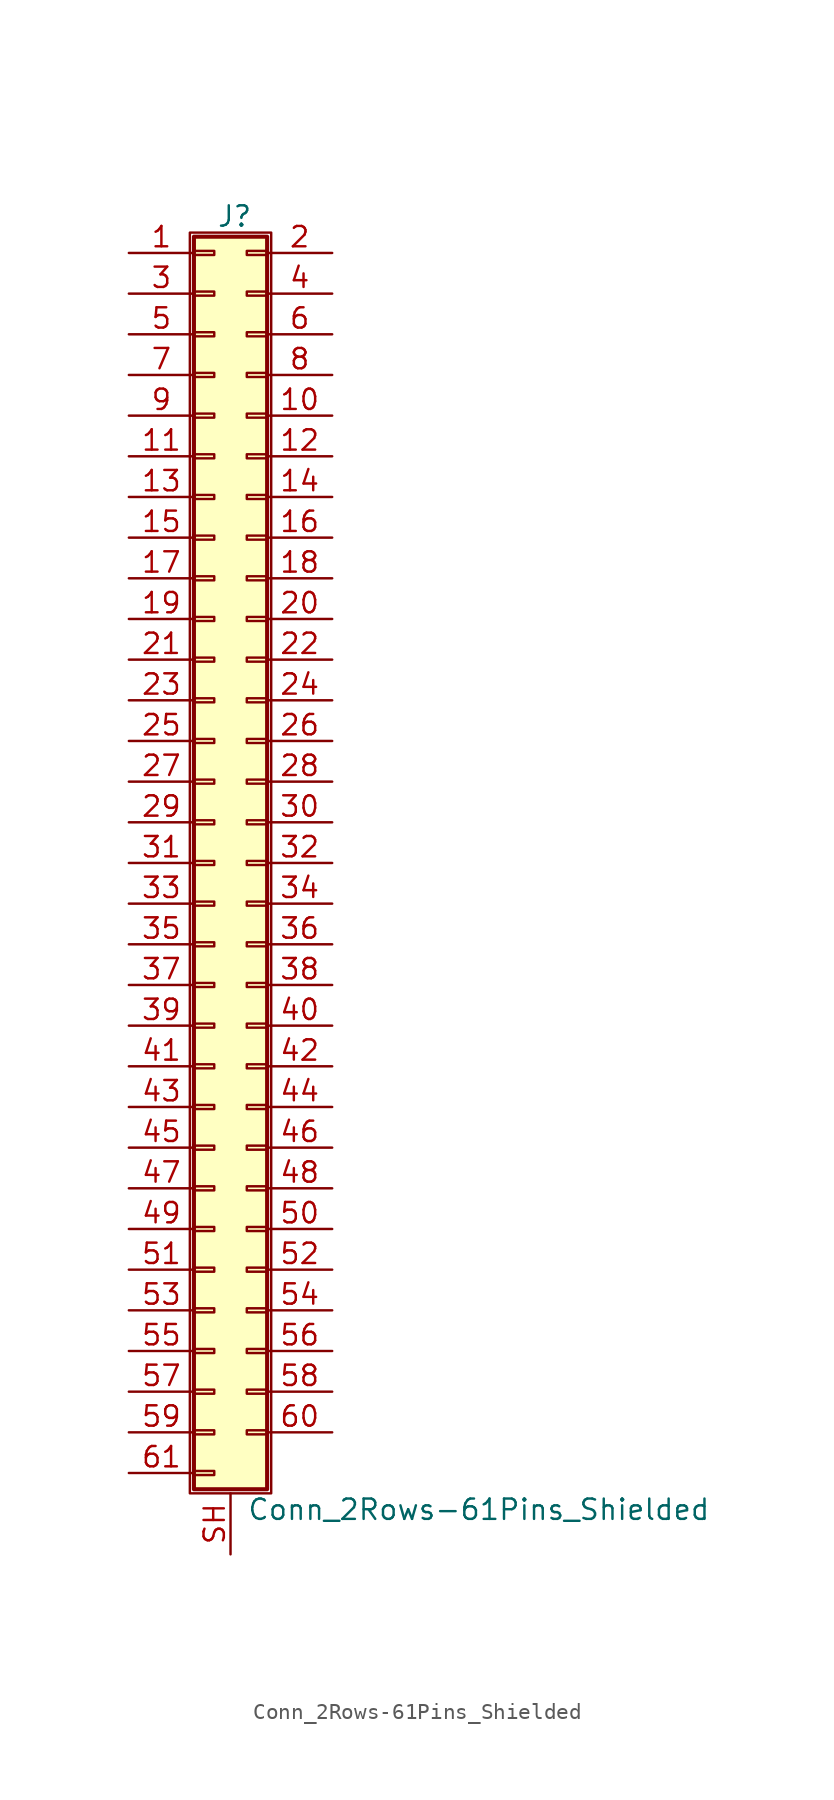
<source format=kicad_sym>
(kicad_symbol_lib
  (version 20201005)
  (generator kicad_symbol_editor)
  (symbol "Conn_2Rows-61Pins_Shielded"
    (pin_names
      (offset 1.016) hide)
    (property "Reference" "J"
      (at 1.524 40.386 0)
      (effects (font (size 1.27 1.27))))
    (property "Value" "Conn_2Rows-61Pins_Shielded"
      (at 2.286 -40.386 0)
      (effects (font (size 1.27 1.27)) (justify left)))
    (symbol "Conn_2Rows-61Pins_Shielded_1_1"
      (rectangle (start -1.27 39.37) (end 3.81 -39.37) (stroke (width 0.152)) (fill (type none)))
      (rectangle (start -1.016 -37.973) (end 0.254 -38.227) (stroke (width 0.152)) (fill (type none)))
      (rectangle (start -1.016 -35.433) (end 0.254 -35.687) (stroke (width 0.152)) (fill (type none)))
      (rectangle (start -1.016 -32.893) (end 0.254 -33.147) (stroke (width 0.152)) (fill (type none)))
      (rectangle (start -1.016 -30.353) (end 0.254 -30.607) (stroke (width 0.152)) (fill (type none)))
      (rectangle (start -1.016 -27.813) (end 0.254 -28.067) (stroke (width 0.152)) (fill (type none)))
      (rectangle (start -1.016 -25.273) (end 0.254 -25.527) (stroke (width 0.152)) (fill (type none)))
      (rectangle (start -1.016 -22.733) (end 0.254 -22.987) (stroke (width 0.152)) (fill (type none)))
      (rectangle (start -1.016 -20.193) (end 0.254 -20.447) (stroke (width 0.152)) (fill (type none)))
      (rectangle (start -1.016 -17.653) (end 0.254 -17.907) (stroke (width 0.152)) (fill (type none)))
      (rectangle (start -1.016 -15.113) (end 0.254 -15.367) (stroke (width 0.152)) (fill (type none)))
      (rectangle (start -1.016 -12.573) (end 0.254 -12.827) (stroke (width 0.152)) (fill (type none)))
      (rectangle (start -1.016 -10.033) (end 0.254 -10.287) (stroke (width 0.152)) (fill (type none)))
      (rectangle (start -1.016 -7.493) (end 0.254 -7.747) (stroke (width 0.152)) (fill (type none)))
      (rectangle (start -1.016 -4.953) (end 0.254 -5.207) (stroke (width 0.152)) (fill (type none)))
      (rectangle (start -1.016 -2.413) (end 0.254 -2.667) (stroke (width 0.152)) (fill (type none)))
      (rectangle (start -1.016 0.127) (end 0.254 -0.127) (stroke (width 0.152)) (fill (type none)))
      (rectangle (start -1.016 2.667) (end 0.254 2.413) (stroke (width 0.152)) (fill (type none)))
      (rectangle (start -1.016 5.207) (end 0.254 4.953) (stroke (width 0.152)) (fill (type none)))
      (rectangle (start -1.016 7.747) (end 0.254 7.493) (stroke (width 0.152)) (fill (type none)))
      (rectangle (start -1.016 10.287) (end 0.254 10.033) (stroke (width 0.152)) (fill (type none)))
      (rectangle (start -1.016 12.827) (end 0.254 12.573) (stroke (width 0.152)) (fill (type none)))
      (rectangle (start -1.016 15.367) (end 0.254 15.113) (stroke (width 0.152)) (fill (type none)))
      (rectangle (start -1.016 17.907) (end 0.254 17.653) (stroke (width 0.152)) (fill (type none)))
      (rectangle (start -1.016 20.447) (end 0.254 20.193) (stroke (width 0.152)) (fill (type none)))
      (rectangle (start -1.016 22.987) (end 0.254 22.733) (stroke (width 0.152)) (fill (type none)))
      (rectangle (start -1.016 25.527) (end 0.254 25.273) (stroke (width 0.152)) (fill (type none)))
      (rectangle (start -1.016 28.067) (end 0.254 27.813) (stroke (width 0.152)) (fill (type none)))
      (rectangle (start -1.016 30.607) (end 0.254 30.353) (stroke (width 0.152)) (fill (type none)))
      (rectangle (start -1.016 33.147) (end 0.254 32.893) (stroke (width 0.152)) (fill (type none)))
      (rectangle (start -1.016 35.687) (end 0.254 35.433) (stroke (width 0.152)) (fill (type none)))
      (rectangle (start -1.016 38.227) (end 0.254 37.973) (stroke (width 0.152)) (fill (type none)))
      (rectangle (start 3.556 -35.433) (end 2.286 -35.687) (stroke (width 0.152)) (fill (type none)))
      (rectangle (start 3.556 -32.893) (end 2.286 -33.147) (stroke (width 0.152)) (fill (type none)))
      (rectangle (start 3.556 -30.353) (end 2.286 -30.607) (stroke (width 0.152)) (fill (type none)))
      (rectangle (start 3.556 -27.813) (end 2.286 -28.067) (stroke (width 0.152)) (fill (type none)))
      (rectangle (start 3.556 -25.273) (end 2.286 -25.527) (stroke (width 0.152)) (fill (type none)))
      (rectangle (start 3.556 -22.733) (end 2.286 -22.987) (stroke (width 0.152)) (fill (type none)))
      (rectangle (start 3.556 -20.193) (end 2.286 -20.447) (stroke (width 0.152)) (fill (type none)))
      (rectangle (start 3.556 -17.653) (end 2.286 -17.907) (stroke (width 0.152)) (fill (type none)))
      (rectangle (start 3.556 -15.113) (end 2.286 -15.367) (stroke (width 0.152)) (fill (type none)))
      (rectangle (start 3.556 -12.573) (end 2.286 -12.827) (stroke (width 0.152)) (fill (type none)))
      (rectangle (start 3.556 -10.033) (end 2.286 -10.287) (stroke (width 0.152)) (fill (type none)))
      (rectangle (start 3.556 -7.493) (end 2.286 -7.747) (stroke (width 0.152)) (fill (type none)))
      (rectangle (start 3.556 -4.953) (end 2.286 -5.207) (stroke (width 0.152)) (fill (type none)))
      (rectangle (start 3.556 -2.413) (end 2.286 -2.667) (stroke (width 0.152)) (fill (type none)))
      (rectangle (start 3.556 0.127) (end 2.286 -0.127) (stroke (width 0.152)) (fill (type none)))
      (rectangle (start 3.556 2.667) (end 2.286 2.413) (stroke (width 0.152)) (fill (type none)))
      (rectangle (start 3.556 5.207) (end 2.286 4.953) (stroke (width 0.152)) (fill (type none)))
      (rectangle (start 3.556 7.747) (end 2.286 7.493) (stroke (width 0.152)) (fill (type none)))
      (rectangle (start 3.556 10.287) (end 2.286 10.033) (stroke (width 0.152)) (fill (type none)))
      (rectangle (start 3.556 12.827) (end 2.286 12.573) (stroke (width 0.152)) (fill (type none)))
      (rectangle (start 3.556 15.367) (end 2.286 15.113) (stroke (width 0.152)) (fill (type none)))
      (rectangle (start 3.556 17.907) (end 2.286 17.653) (stroke (width 0.152)) (fill (type none)))
      (rectangle (start 3.556 20.447) (end 2.286 20.193) (stroke (width 0.152)) (fill (type none)))
      (rectangle (start 3.556 22.987) (end 2.286 22.733) (stroke (width 0.152)) (fill (type none)))
      (rectangle (start 3.556 25.527) (end 2.286 25.273) (stroke (width 0.152)) (fill (type none)))
      (rectangle (start 3.556 28.067) (end 2.286 27.813) (stroke (width 0.152)) (fill (type none)))
      (rectangle (start 3.556 30.607) (end 2.286 30.353) (stroke (width 0.152)) (fill (type none)))
      (rectangle (start 3.556 33.147) (end 2.286 32.893) (stroke (width 0.152)) (fill (type none)))
      (rectangle (start 3.556 35.687) (end 2.286 35.433) (stroke (width 0.152)) (fill (type none)))
      (rectangle (start 3.556 38.227) (end 2.286 37.973) (stroke (width 0.152)) (fill (type none)))
      (rectangle (start -1.016 39.116) (end 3.556 -39.116) (stroke (width 0.254)) (fill (type background)))
      (pin passive line (at -5.08 38.1 0) (length 4.064) (name "Pin_1" (effects (font (size 1.27 1.27)))) (number "1" (effects (font (size 1.27 1.27)))))
      (pin passive line (at 7.62 27.94 180) (length 4.064) (name "Pin_10" (effects (font (size 1.27 1.27)))) (number "10" (effects (font (size 1.27 1.27)))))
      (pin passive line (at -5.08 25.4 0) (length 4.064) (name "Pin_11" (effects (font (size 1.27 1.27)))) (number "11" (effects (font (size 1.27 1.27)))))
      (pin passive line (at 7.62 25.4 180) (length 4.064) (name "Pin_12" (effects (font (size 1.27 1.27)))) (number "12" (effects (font (size 1.27 1.27)))))
      (pin passive line (at -5.08 22.86 0) (length 4.064) (name "Pin_13" (effects (font (size 1.27 1.27)))) (number "13" (effects (font (size 1.27 1.27)))))
      (pin passive line (at 7.62 22.86 180) (length 4.064) (name "Pin_14" (effects (font (size 1.27 1.27)))) (number "14" (effects (font (size 1.27 1.27)))))
      (pin passive line (at -5.08 20.32 0) (length 4.064) (name "Pin_15" (effects (font (size 1.27 1.27)))) (number "15" (effects (font (size 1.27 1.27)))))
      (pin passive line (at 7.62 20.32 180) (length 4.064) (name "Pin_16" (effects (font (size 1.27 1.27)))) (number "16" (effects (font (size 1.27 1.27)))))
      (pin passive line (at -5.08 17.78 0) (length 4.064) (name "Pin_17" (effects (font (size 1.27 1.27)))) (number "17" (effects (font (size 1.27 1.27)))))
      (pin passive line (at 7.62 17.78 180) (length 4.064) (name "Pin_18" (effects (font (size 1.27 1.27)))) (number "18" (effects (font (size 1.27 1.27)))))
      (pin passive line (at -5.08 15.24 0) (length 4.064) (name "Pin_19" (effects (font (size 1.27 1.27)))) (number "19" (effects (font (size 1.27 1.27)))))
      (pin passive line (at 7.62 38.1 180) (length 4.064) (name "Pin_2" (effects (font (size 1.27 1.27)))) (number "2" (effects (font (size 1.27 1.27)))))
      (pin passive line (at 7.62 15.24 180) (length 4.064) (name "Pin_20" (effects (font (size 1.27 1.27)))) (number "20" (effects (font (size 1.27 1.27)))))
      (pin passive line (at -5.08 12.7 0) (length 4.064) (name "Pin_21" (effects (font (size 1.27 1.27)))) (number "21" (effects (font (size 1.27 1.27)))))
      (pin passive line (at 7.62 12.7 180) (length 4.064) (name "Pin_22" (effects (font (size 1.27 1.27)))) (number "22" (effects (font (size 1.27 1.27)))))
      (pin passive line (at -5.08 10.16 0) (length 4.064) (name "Pin_23" (effects (font (size 1.27 1.27)))) (number "23" (effects (font (size 1.27 1.27)))))
      (pin passive line (at 7.62 10.16 180) (length 4.064) (name "Pin_24" (effects (font (size 1.27 1.27)))) (number "24" (effects (font (size 1.27 1.27)))))
      (pin passive line (at -5.08 7.62 0) (length 4.064) (name "Pin_25" (effects (font (size 1.27 1.27)))) (number "25" (effects (font (size 1.27 1.27)))))
      (pin passive line (at 7.62 7.62 180) (length 4.064) (name "Pin_26" (effects (font (size 1.27 1.27)))) (number "26" (effects (font (size 1.27 1.27)))))
      (pin passive line (at -5.08 5.08 0) (length 4.064) (name "Pin_27" (effects (font (size 1.27 1.27)))) (number "27" (effects (font (size 1.27 1.27)))))
      (pin passive line (at 7.62 5.08 180) (length 4.064) (name "Pin_28" (effects (font (size 1.27 1.27)))) (number "28" (effects (font (size 1.27 1.27)))))
      (pin passive line (at -5.08 2.54 0) (length 4.064) (name "Pin_29" (effects (font (size 1.27 1.27)))) (number "29" (effects (font (size 1.27 1.27)))))
      (pin passive line (at -5.08 35.56 0) (length 4.064) (name "Pin_3" (effects (font (size 1.27 1.27)))) (number "3" (effects (font (size 1.27 1.27)))))
      (pin passive line (at 7.62 2.54 180) (length 4.064) (name "Pin_30" (effects (font (size 1.27 1.27)))) (number "30" (effects (font (size 1.27 1.27)))))
      (pin passive line (at -5.08 0 0) (length 4.064) (name "Pin_31" (effects (font (size 1.27 1.27)))) (number "31" (effects (font (size 1.27 1.27)))))
      (pin passive line (at 7.62 0 180) (length 4.064) (name "Pin_32" (effects (font (size 1.27 1.27)))) (number "32" (effects (font (size 1.27 1.27)))))
      (pin passive line (at -5.08 -2.54 0) (length 4.064) (name "Pin_33" (effects (font (size 1.27 1.27)))) (number "33" (effects (font (size 1.27 1.27)))))
      (pin passive line (at 7.62 -2.54 180) (length 4.064) (name "Pin_34" (effects (font (size 1.27 1.27)))) (number "34" (effects (font (size 1.27 1.27)))))
      (pin passive line (at -5.08 -5.08 0) (length 4.064) (name "Pin_35" (effects (font (size 1.27 1.27)))) (number "35" (effects (font (size 1.27 1.27)))))
      (pin passive line (at 7.62 -5.08 180) (length 4.064) (name "Pin_36" (effects (font (size 1.27 1.27)))) (number "36" (effects (font (size 1.27 1.27)))))
      (pin passive line (at -5.08 -7.62 0) (length 4.064) (name "Pin_37" (effects (font (size 1.27 1.27)))) (number "37" (effects (font (size 1.27 1.27)))))
      (pin passive line (at 7.62 -7.62 180) (length 4.064) (name "Pin_38" (effects (font (size 1.27 1.27)))) (number "38" (effects (font (size 1.27 1.27)))))
      (pin passive line (at -5.08 -10.16 0) (length 4.064) (name "Pin_39" (effects (font (size 1.27 1.27)))) (number "39" (effects (font (size 1.27 1.27)))))
      (pin passive line (at 7.62 35.56 180) (length 4.064) (name "Pin_4" (effects (font (size 1.27 1.27)))) (number "4" (effects (font (size 1.27 1.27)))))
      (pin passive line (at 7.62 -10.16 180) (length 4.064) (name "Pin_40" (effects (font (size 1.27 1.27)))) (number "40" (effects (font (size 1.27 1.27)))))
      (pin passive line (at -5.08 -12.7 0) (length 4.064) (name "Pin_41" (effects (font (size 1.27 1.27)))) (number "41" (effects (font (size 1.27 1.27)))))
      (pin passive line (at 7.62 -12.7 180) (length 4.064) (name "Pin_42" (effects (font (size 1.27 1.27)))) (number "42" (effects (font (size 1.27 1.27)))))
      (pin passive line (at -5.08 -15.24 0) (length 4.064) (name "Pin_43" (effects (font (size 1.27 1.27)))) (number "43" (effects (font (size 1.27 1.27)))))
      (pin passive line (at 7.62 -15.24 180) (length 4.064) (name "Pin_44" (effects (font (size 1.27 1.27)))) (number "44" (effects (font (size 1.27 1.27)))))
      (pin passive line (at -5.08 -17.78 0) (length 4.064) (name "Pin_45" (effects (font (size 1.27 1.27)))) (number "45" (effects (font (size 1.27 1.27)))))
      (pin passive line (at 7.62 -17.78 180) (length 4.064) (name "Pin_46" (effects (font (size 1.27 1.27)))) (number "46" (effects (font (size 1.27 1.27)))))
      (pin passive line (at -5.08 -20.32 0) (length 4.064) (name "Pin_47" (effects (font (size 1.27 1.27)))) (number "47" (effects (font (size 1.27 1.27)))))
      (pin passive line (at 7.62 -20.32 180) (length 4.064) (name "Pin_48" (effects (font (size 1.27 1.27)))) (number "48" (effects (font (size 1.27 1.27)))))
      (pin passive line (at -5.08 -22.86 0) (length 4.064) (name "Pin_49" (effects (font (size 1.27 1.27)))) (number "49" (effects (font (size 1.27 1.27)))))
      (pin passive line (at -5.08 33.02 0) (length 4.064) (name "Pin_5" (effects (font (size 1.27 1.27)))) (number "5" (effects (font (size 1.27 1.27)))))
      (pin passive line (at 7.62 -22.86 180) (length 4.064) (name "Pin_50" (effects (font (size 1.27 1.27)))) (number "50" (effects (font (size 1.27 1.27)))))
      (pin passive line (at -5.08 -25.4 0) (length 4.064) (name "Pin_51" (effects (font (size 1.27 1.27)))) (number "51" (effects (font (size 1.27 1.27)))))
      (pin passive line (at 7.62 -25.4 180) (length 4.064) (name "Pin_52" (effects (font (size 1.27 1.27)))) (number "52" (effects (font (size 1.27 1.27)))))
      (pin passive line (at -5.08 -27.94 0) (length 4.064) (name "Pin_53" (effects (font (size 1.27 1.27)))) (number "53" (effects (font (size 1.27 1.27)))))
      (pin passive line (at 7.62 -27.94 180) (length 4.064) (name "Pin_54" (effects (font (size 1.27 1.27)))) (number "54" (effects (font (size 1.27 1.27)))))
      (pin passive line (at -5.08 -30.48 0) (length 4.064) (name "Pin_55" (effects (font (size 1.27 1.27)))) (number "55" (effects (font (size 1.27 1.27)))))
      (pin passive line (at 7.62 -30.48 180) (length 4.064) (name "Pin_56" (effects (font (size 1.27 1.27)))) (number "56" (effects (font (size 1.27 1.27)))))
      (pin passive line (at -5.08 -33.02 0) (length 4.064) (name "Pin_57" (effects (font (size 1.27 1.27)))) (number "57" (effects (font (size 1.27 1.27)))))
      (pin passive line (at 7.62 -33.02 180) (length 4.064) (name "Pin_58" (effects (font (size 1.27 1.27)))) (number "58" (effects (font (size 1.27 1.27)))))
      (pin passive line (at -5.08 -35.56 0) (length 4.064) (name "Pin_59" (effects (font (size 1.27 1.27)))) (number "59" (effects (font (size 1.27 1.27)))))
      (pin passive line (at 7.62 33.02 180) (length 4.064) (name "Pin_6" (effects (font (size 1.27 1.27)))) (number "6" (effects (font (size 1.27 1.27)))))
      (pin passive line (at 7.62 -35.56 180) (length 4.064) (name "Pin_60" (effects (font (size 1.27 1.27)))) (number "60" (effects (font (size 1.27 1.27)))))
      (pin passive line (at -5.08 -38.1 0) (length 4.064) (name "Pin_61" (effects (font (size 1.27 1.27)))) (number "61" (effects (font (size 1.27 1.27)))))
      (pin passive line (at -5.08 30.48 0) (length 4.064) (name "Pin_7" (effects (font (size 1.27 1.27)))) (number "7" (effects (font (size 1.27 1.27)))))
      (pin passive line (at 7.62 30.48 180) (length 4.064) (name "Pin_8" (effects (font (size 1.27 1.27)))) (number "8" (effects (font (size 1.27 1.27)))))
      (pin passive line (at -5.08 27.94 0) (length 4.064) (name "Pin_9" (effects (font (size 1.27 1.27)))) (number "9" (effects (font (size 1.27 1.27)))))
      (pin passive line (at 1.27 -43.18 90) (length 3.81) (name "Shield" (effects (font (size 1.27 1.27)))) (number "SH" (effects (font (size 1.27 1.27))))))))
</source>
